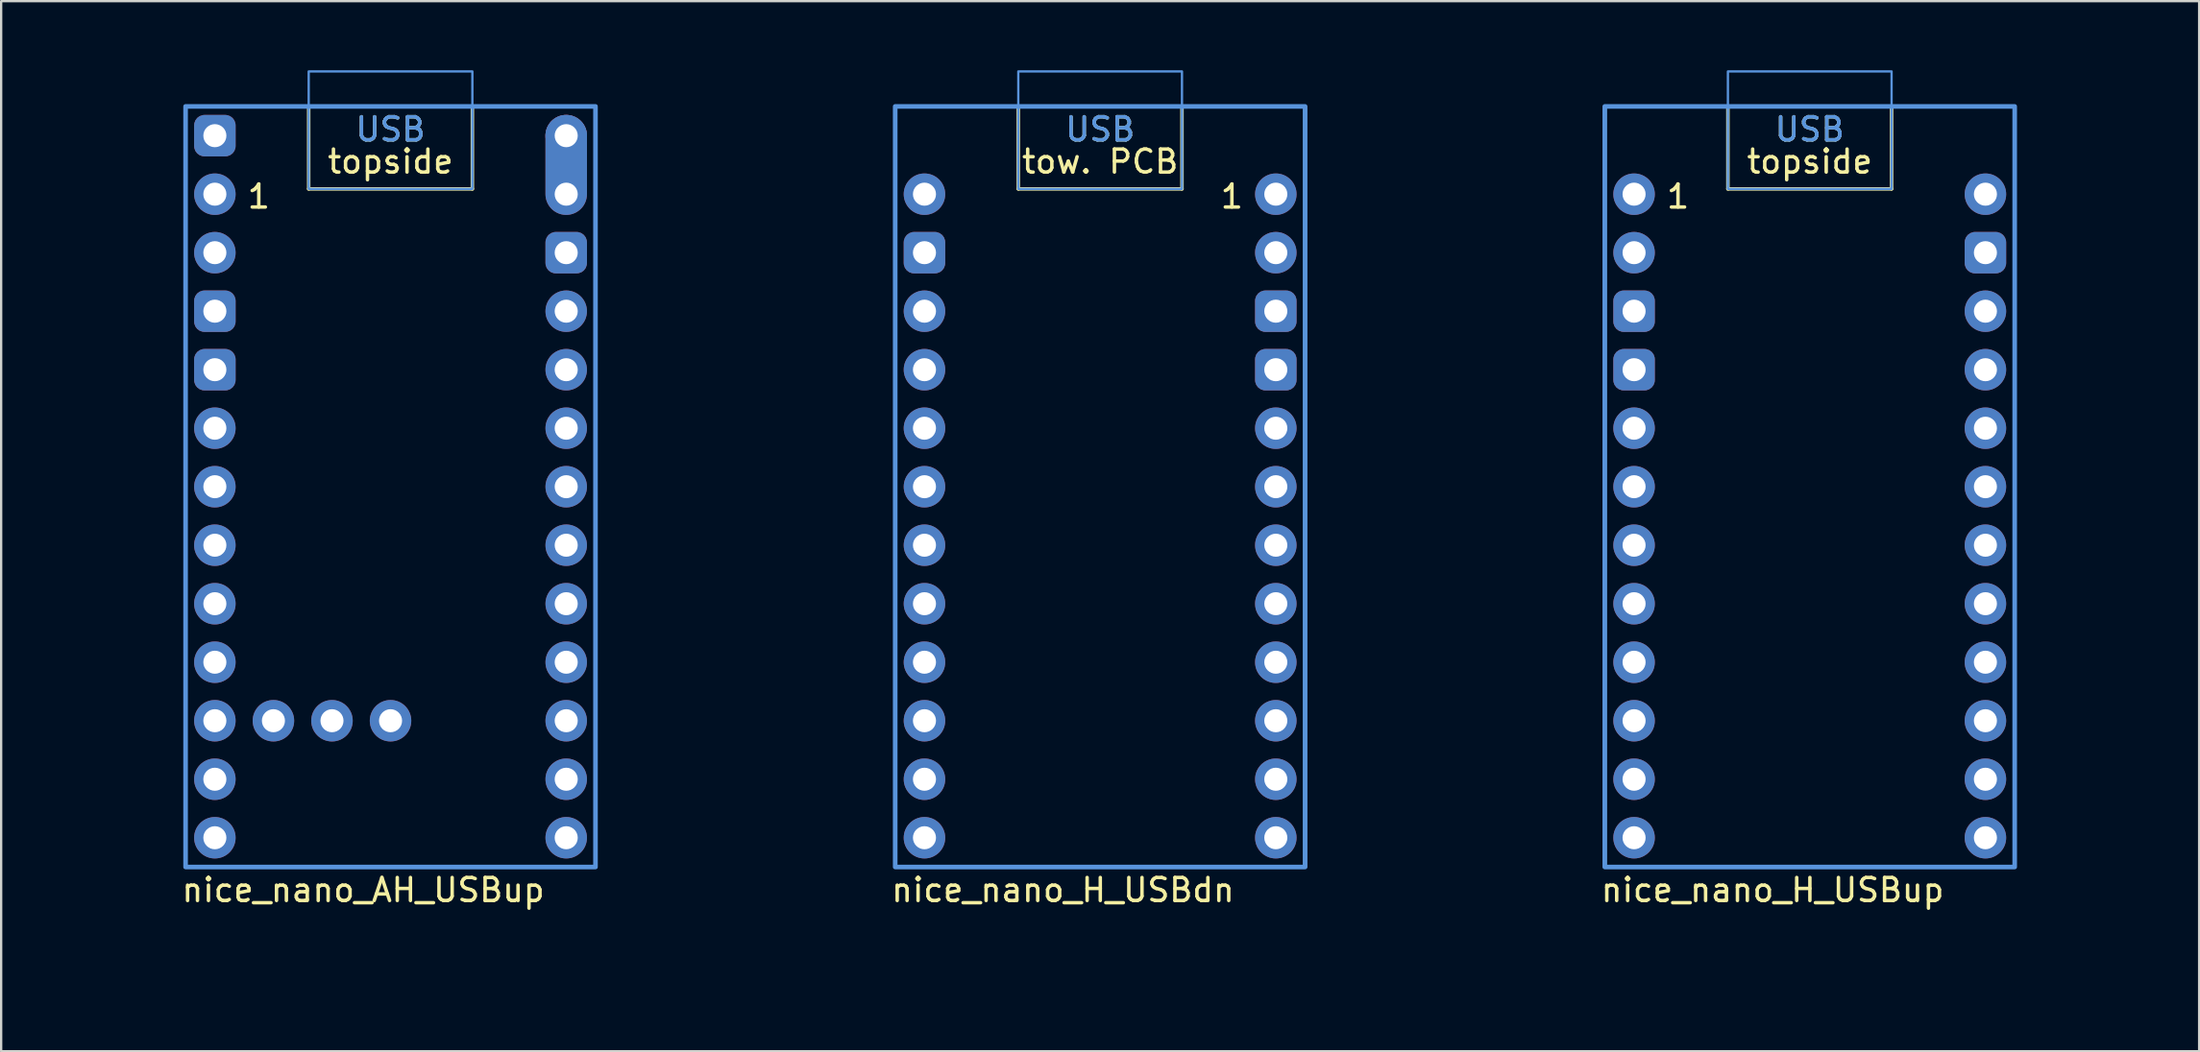
<source format=kicad_pcb>
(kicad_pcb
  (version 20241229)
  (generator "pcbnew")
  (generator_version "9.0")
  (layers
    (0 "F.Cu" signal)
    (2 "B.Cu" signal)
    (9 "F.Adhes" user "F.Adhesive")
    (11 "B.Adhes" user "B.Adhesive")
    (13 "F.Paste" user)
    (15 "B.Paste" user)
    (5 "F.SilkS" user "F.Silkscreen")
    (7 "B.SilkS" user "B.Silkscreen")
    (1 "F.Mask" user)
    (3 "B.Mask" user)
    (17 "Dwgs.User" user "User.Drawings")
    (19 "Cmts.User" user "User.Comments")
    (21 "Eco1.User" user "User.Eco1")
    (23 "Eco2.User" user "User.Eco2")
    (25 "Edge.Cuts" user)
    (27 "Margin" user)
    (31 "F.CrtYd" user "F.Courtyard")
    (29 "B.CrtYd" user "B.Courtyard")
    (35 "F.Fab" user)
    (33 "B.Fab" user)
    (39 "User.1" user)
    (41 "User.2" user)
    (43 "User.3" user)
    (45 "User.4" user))
  (footprint "nice_nano_AH_USBup"
    (layer "F.Cu")
    (at 13.89 19.35)
    (property "Reference" "nice_nano_AH_USBup" (at -9.14 16.24 0) (layer "F.SilkS") (effects (font (size 1 1) (thickness 0.15)) (justify left)))
    (attr through_hole exclude_from_pos_files exclude_from_bom)
    (fp_line (start -3.55 -14.2) (end -3.55 -17.78) (stroke (width 0.15) (type default)) (layer "F.SilkS"))
    (fp_line (start 3.55 -14.2) (end -3.55 -14.2) (stroke (width 0.15) (type default)) (layer "F.SilkS"))
    (fp_line (start 3.55 -14.2) (end 3.55 -17.78) (stroke (width 0.15) (type default)) (layer "F.SilkS"))
    (fp_rect (start -8.89 -17.78) (end 8.89 15.24) (stroke (width 0.15) (type solid)) (fill no) (layer "F.SilkS"))
    (fp_rect (start -3.55 -19.3) (end 3.55 -14.2) (stroke (width 0.1) (type default)) (fill no) (layer "Cmts.User"))
    (fp_rect (start 8.89 -17.78) (end -8.89 15.24) (stroke (width 0.2) (type solid)) (fill no) (layer "Cmts.User"))
    (fp_text user "USB" (at 0 -16.2 0) (unlocked yes) (layer "F.SilkS") (effects (font (size 1 1) (thickness 0.15)) (justify bottom)))
    (fp_text user "1" (at -5.715 -13.283 0) (layer "F.SilkS") (effects (font (size 1 1) (thickness 0.15)) (justify bottom)))
    (fp_text user "topside" (at 0 -14.8 0) (unlocked yes) (layer "F.SilkS") (effects (font (size 1 1) (thickness 0.15)) (justify bottom)))
    (fp_text user "USB" (at 0 -16.2 0) (layer "Cmts.User") (effects (font (size 1 1) (thickness 0.15)) (justify bottom)))
    (pad "1" thru_hole circle (at -7.62 -13.97) (size 1.8 1.8) (drill 1) (layers "*.Cu" "B.Mask"))
    (pad "2" thru_hole circle (at -7.62 -11.43) (size 1.8 1.8) (drill 1) (layers "*.Cu" "B.Mask"))
    (pad "3" thru_hole roundrect (at -7.62 -8.89) (size 1.8 1.8) (drill 1) (layers "*.Cu" "B.Mask") (roundrect_rratio 0.25))
    (pad "4" thru_hole roundrect (at -7.62 -6.35) (size 1.8 1.8) (drill 1) (layers "*.Cu" "B.Mask") (roundrect_rratio 0.25))
    (pad "5" thru_hole circle (at -7.62 -3.81) (size 1.8 1.8) (drill 1) (layers "*.Cu" "B.Mask"))
    (pad "6" thru_hole circle (at -7.62 -1.27) (size 1.8 1.8) (drill 1) (layers "*.Cu" "B.Mask"))
    (pad "7" thru_hole circle (at -7.62 1.27) (size 1.8 1.8) (drill 1) (layers "*.Cu" "B.Mask"))
    (pad "8" thru_hole circle (at -7.62 3.81) (size 1.8 1.8) (drill 1) (layers "*.Cu" "B.Mask"))
    (pad "9" thru_hole circle (at -7.62 6.35) (size 1.8 1.8) (drill 1) (layers "*.Cu" "B.Mask"))
    (pad "10" thru_hole circle (at -7.62 8.89) (size 1.8 1.8) (drill 1) (layers "*.Cu" "B.Mask"))
    (pad "11" thru_hole circle (at -7.62 11.43) (size 1.8 1.8) (drill 1) (layers "*.Cu" "B.Mask"))
    (pad "12" thru_hole circle (at -7.62 13.97) (size 1.8 1.8) (drill 1) (layers "*.Cu" "B.Mask"))
    (pad "13" thru_hole oval (at 7.62 -13.97) (size 1.8 4.34) (drill 1 (offset 0 -1.27)) (layers "*.Cu" "B.Mask"))
    (pad "14" thru_hole roundrect (at 7.62 -11.43) (size 1.8 1.8) (drill 1) (layers "*.Cu" "B.Mask") (roundrect_rratio 0.25))
    (pad "15" thru_hole circle (at 7.62 -8.89) (size 1.8 1.8) (drill 1) (layers "*.Cu" "B.Mask"))
    (pad "16" thru_hole circle (at 7.62 -6.35) (size 1.8 1.8) (drill 1) (layers "*.Cu" "B.Mask"))
    (pad "17" thru_hole circle (at 7.62 -3.81) (size 1.8 1.8) (drill 1) (layers "*.Cu" "B.Mask"))
    (pad "18" thru_hole circle (at 7.62 -1.27) (size 1.8 1.8) (drill 1) (layers "*.Cu" "B.Mask"))
    (pad "19" thru_hole circle (at 7.62 1.27) (size 1.8 1.8) (drill 1) (layers "*.Cu" "B.Mask"))
    (pad "20" thru_hole circle (at 7.62 3.81) (size 1.8 1.8) (drill 1) (layers "*.Cu" "B.Mask"))
    (pad "21" thru_hole circle (at 7.62 6.35) (size 1.8 1.8) (drill 1) (layers "*.Cu" "B.Mask"))
    (pad "22" thru_hole circle (at 7.62 8.89) (size 1.8 1.8) (drill 1) (layers "*.Cu" "B.Mask"))
    (pad "23" thru_hole circle (at 7.62 11.43) (size 1.8 1.8) (drill 1) (layers "*.Cu" "B.Mask"))
    (pad "24" thru_hole circle (at 7.62 13.97) (size 1.8 1.8) (drill 1) (layers "*.Cu" "B.Mask"))
    (pad "25" thru_hole circle (at -5.08 8.89) (size 1.8 1.8) (drill 1) (layers "*.Cu" "B.Mask"))
    (pad "26" thru_hole circle (at -2.54 8.89) (size 1.8 1.8) (drill 1) (layers "*.Cu" "B.Mask"))
    (pad "27" thru_hole circle (at 0 8.89) (size 1.8 1.8) (drill 1) (layers "*.Cu" "B.Mask"))
    (pad "28" thru_hole roundrect (at -7.62 -16.51) (size 1.8 1.8) (drill 1) (layers "*.Cu" "B.Mask") (roundrect_rratio 0.25))
    (pad "29" thru_hole circle (at 7.62 -16.51) (size 1.8 1.8) (drill 1) (layers "*.Cu" "B.Mask"))
    (zone (net_name "") (layers "F.Cu" "B.Cu") (name "ANT") (hatch edge 0.5) (connect_pads) (min_thickness 0.25) (filled_areas_thickness no) (keepout (tracks allowed) (vias allowed) (pads allowed) (copperpour not_allowed) (footprints allowed)) (placement (enabled no)) (fill) (polygon (pts (xy 0 29.51) (xy 27.78 29.51) (xy 27.78 39.59) (xy 0 39.59)))))
  (footprint "nice_nano_H_USBdn"
    (layer "F.Cu")
    (at 44.67 19.35)
    (property "Reference" "nice_nano_H_USBdn" (at -9.14 16.24 0) (layer "F.SilkS") (effects (font (size 1 1) (thickness 0.15)) (justify left)))
    (attr through_hole exclude_from_pos_files exclude_from_bom)
    (fp_line (start -3.55 -14.2) (end -3.55 -17.78) (stroke (width 0.15) (type default)) (layer "F.SilkS"))
    (fp_line (start 3.55 -14.2) (end -3.55 -14.2) (stroke (width 0.15) (type default)) (layer "F.SilkS"))
    (fp_line (start 3.55 -14.2) (end 3.55 -17.78) (stroke (width 0.15) (type default)) (layer "F.SilkS"))
    (fp_rect (start -8.89 -17.78) (end 8.89 15.24) (stroke (width 0.15) (type solid)) (fill no) (layer "F.SilkS"))
    (fp_rect (start -3.55 -19.3) (end 3.55 -14.2) (stroke (width 0.1) (type default)) (fill no) (layer "Cmts.User"))
    (fp_rect (start 8.89 -17.78) (end -8.89 15.24) (stroke (width 0.2) (type solid)) (fill no) (layer "Cmts.User"))
    (fp_text user "1" (at 5.715 -13.283 0) (layer "F.SilkS") (effects (font (size 1 1) (thickness 0.15)) (justify bottom)))
    (fp_text user "tow. PCB" (at 0 -14.8 0) (unlocked yes) (layer "F.SilkS") (effects (font (size 1 1) (thickness 0.15)) (justify bottom)))
    (fp_text user "USB" (at 0 -16.2 0) (unlocked yes) (layer "F.SilkS") (effects (font (size 1 1) (thickness 0.15)) (justify bottom)))
    (fp_text user "USB" (at 0 -16.2 0) (layer "Cmts.User") (effects (font (size 1 1) (thickness 0.15)) (justify bottom)))
    (pad "1" thru_hole circle (at 7.62 -13.97) (size 1.8 1.8) (drill 1) (layers "*.Cu" "B.Mask"))
    (pad "2" thru_hole circle (at 7.62 -11.43) (size 1.8 1.8) (drill 1) (layers "*.Cu" "B.Mask"))
    (pad "3" thru_hole roundrect (at 7.62 -8.89) (size 1.8 1.8) (drill 1) (layers "*.Cu" "B.Mask") (roundrect_rratio 0.25))
    (pad "4" thru_hole roundrect (at 7.62 -6.35) (size 1.8 1.8) (drill 1) (layers "*.Cu" "B.Mask") (roundrect_rratio 0.25))
    (pad "5" thru_hole circle (at 7.62 -3.81) (size 1.8 1.8) (drill 1) (layers "*.Cu" "B.Mask"))
    (pad "6" thru_hole circle (at 7.62 -1.27) (size 1.8 1.8) (drill 1) (layers "*.Cu" "B.Mask"))
    (pad "7" thru_hole circle (at 7.62 1.27) (size 1.8 1.8) (drill 1) (layers "*.Cu" "B.Mask"))
    (pad "8" thru_hole circle (at 7.62 3.81) (size 1.8 1.8) (drill 1) (layers "*.Cu" "B.Mask"))
    (pad "9" thru_hole circle (at 7.62 6.35) (size 1.8 1.8) (drill 1) (layers "*.Cu" "B.Mask"))
    (pad "10" thru_hole circle (at 7.62 8.89) (size 1.8 1.8) (drill 1) (layers "*.Cu" "B.Mask"))
    (pad "11" thru_hole circle (at 7.62 11.43) (size 1.8 1.8) (drill 1) (layers "*.Cu" "B.Mask"))
    (pad "12" thru_hole circle (at 7.62 13.97) (size 1.8 1.8) (drill 1) (layers "*.Cu" "B.Mask"))
    (pad "13" thru_hole circle (at -7.62 -13.97) (size 1.8 1.8) (drill 1) (layers "*.Cu" "B.Mask"))
    (pad "14" thru_hole roundrect (at -7.62 -11.43) (size 1.8 1.8) (drill 1) (layers "*.Cu" "B.Mask") (roundrect_rratio 0.25))
    (pad "15" thru_hole circle (at -7.62 -8.89) (size 1.8 1.8) (drill 1) (layers "*.Cu" "B.Mask"))
    (pad "16" thru_hole circle (at -7.62 -6.35) (size 1.8 1.8) (drill 1) (layers "*.Cu" "B.Mask"))
    (pad "17" thru_hole circle (at -7.62 -3.81) (size 1.8 1.8) (drill 1) (layers "*.Cu" "B.Mask"))
    (pad "18" thru_hole circle (at -7.62 -1.27) (size 1.8 1.8) (drill 1) (layers "*.Cu" "B.Mask"))
    (pad "19" thru_hole circle (at -7.62 1.27) (size 1.8 1.8) (drill 1) (layers "*.Cu" "B.Mask"))
    (pad "20" thru_hole circle (at -7.62 3.81) (size 1.8 1.8) (drill 1) (layers "*.Cu" "B.Mask"))
    (pad "21" thru_hole circle (at -7.62 6.35) (size 1.8 1.8) (drill 1) (layers "*.Cu" "B.Mask"))
    (pad "22" thru_hole circle (at -7.62 8.89) (size 1.8 1.8) (drill 1) (layers "*.Cu" "B.Mask"))
    (pad "23" thru_hole circle (at -7.62 11.43) (size 1.8 1.8) (drill 1) (layers "*.Cu" "B.Mask"))
    (pad "24" thru_hole circle (at -7.62 13.97) (size 1.8 1.8) (drill 1) (layers "*.Cu" "B.Mask"))
    (zone (net_name "") (layers "F.Cu" "B.Cu") (name "ANT") (hatch edge 0.5) (connect_pads) (min_thickness 0.25) (filled_areas_thickness no) (keepout (tracks allowed) (vias allowed) (pads allowed) (copperpour not_allowed) (footprints allowed)) (placement (enabled no)) (fill) (polygon (pts (xy 30.78 29.51) (xy 58.56 29.51) (xy 58.56 39.59) (xy 30.78 39.59)))))
  (footprint "nice_nano_H_USBup"
    (layer "F.Cu")
    (at 75.45 19.35)
    (property "Reference" "nice_nano_H_USBup" (at -9.14 16.24 0) (layer "F.SilkS") (effects (font (size 1 1) (thickness 0.15)) (justify left)))
    (attr through_hole exclude_from_pos_files exclude_from_bom)
    (fp_line (start -3.55 -14.2) (end -3.55 -17.78) (stroke (width 0.15) (type default)) (layer "F.SilkS"))
    (fp_line (start 3.55 -14.2) (end -3.55 -14.2) (stroke (width 0.15) (type default)) (layer "F.SilkS"))
    (fp_line (start 3.55 -14.2) (end 3.55 -17.78) (stroke (width 0.15) (type default)) (layer "F.SilkS"))
    (fp_rect (start -8.89 -17.78) (end 8.89 15.24) (stroke (width 0.15) (type solid)) (fill no) (layer "F.SilkS"))
    (fp_rect (start -3.55 -19.3) (end 3.55 -14.2) (stroke (width 0.1) (type default)) (fill no) (layer "Cmts.User"))
    (fp_rect (start 8.89 -17.78) (end -8.89 15.24) (stroke (width 0.2) (type solid)) (fill no) (layer "Cmts.User"))
    (fp_text user "topside" (at 0 -14.8 0) (unlocked yes) (layer "F.SilkS") (effects (font (size 1 1) (thickness 0.15)) (justify bottom)))
    (fp_text user "1" (at -5.715 -13.283 0) (layer "F.SilkS") (effects (font (size 1 1) (thickness 0.15)) (justify bottom)))
    (fp_text user "USB" (at 0 -16.2 0) (unlocked yes) (layer "F.SilkS") (effects (font (size 1 1) (thickness 0.15)) (justify bottom)))
    (fp_text user "USB" (at 0 -16.2 0) (layer "Cmts.User") (effects (font (size 1 1) (thickness 0.15)) (justify bottom)))
    (pad "1" thru_hole circle (at -7.62 -13.97) (size 1.8 1.8) (drill 1) (layers "*.Cu" "B.Mask"))
    (pad "2" thru_hole circle (at -7.62 -11.43) (size 1.8 1.8) (drill 1) (layers "*.Cu" "B.Mask"))
    (pad "3" thru_hole roundrect (at -7.62 -8.89) (size 1.8 1.8) (drill 1) (layers "*.Cu" "B.Mask") (roundrect_rratio 0.25))
    (pad "4" thru_hole roundrect (at -7.62 -6.35) (size 1.8 1.8) (drill 1) (layers "*.Cu" "B.Mask") (roundrect_rratio 0.25))
    (pad "5" thru_hole circle (at -7.62 -3.81) (size 1.8 1.8) (drill 1) (layers "*.Cu" "B.Mask"))
    (pad "6" thru_hole circle (at -7.62 -1.27) (size 1.8 1.8) (drill 1) (layers "*.Cu" "B.Mask"))
    (pad "7" thru_hole circle (at -7.62 1.27) (size 1.8 1.8) (drill 1) (layers "*.Cu" "B.Mask"))
    (pad "8" thru_hole circle (at -7.62 3.81) (size 1.8 1.8) (drill 1) (layers "*.Cu" "B.Mask"))
    (pad "9" thru_hole circle (at -7.62 6.35) (size 1.8 1.8) (drill 1) (layers "*.Cu" "B.Mask"))
    (pad "10" thru_hole circle (at -7.62 8.89) (size 1.8 1.8) (drill 1) (layers "*.Cu" "B.Mask"))
    (pad "11" thru_hole circle (at -7.62 11.43) (size 1.8 1.8) (drill 1) (layers "*.Cu" "B.Mask"))
    (pad "12" thru_hole circle (at -7.62 13.97) (size 1.8 1.8) (drill 1) (layers "*.Cu" "B.Mask"))
    (pad "13" thru_hole circle (at 7.62 -13.97) (size 1.8 1.8) (drill 1) (layers "*.Cu" "B.Mask"))
    (pad "14" thru_hole roundrect (at 7.62 -11.43) (size 1.8 1.8) (drill 1) (layers "*.Cu" "B.Mask") (roundrect_rratio 0.25))
    (pad "15" thru_hole circle (at 7.62 -8.89) (size 1.8 1.8) (drill 1) (layers "*.Cu" "B.Mask"))
    (pad "16" thru_hole circle (at 7.62 -6.35) (size 1.8 1.8) (drill 1) (layers "*.Cu" "B.Mask"))
    (pad "17" thru_hole circle (at 7.62 -3.81) (size 1.8 1.8) (drill 1) (layers "*.Cu" "B.Mask"))
    (pad "18" thru_hole circle (at 7.62 -1.27) (size 1.8 1.8) (drill 1) (layers "*.Cu" "B.Mask"))
    (pad "19" thru_hole circle (at 7.62 1.27) (size 1.8 1.8) (drill 1) (layers "*.Cu" "B.Mask"))
    (pad "20" thru_hole circle (at 7.62 3.81) (size 1.8 1.8) (drill 1) (layers "*.Cu" "B.Mask"))
    (pad "21" thru_hole circle (at 7.62 6.35) (size 1.8 1.8) (drill 1) (layers "*.Cu" "B.Mask"))
    (pad "22" thru_hole circle (at 7.62 8.89) (size 1.8 1.8) (drill 1) (layers "*.Cu" "B.Mask"))
    (pad "23" thru_hole circle (at 7.62 11.43) (size 1.8 1.8) (drill 1) (layers "*.Cu" "B.Mask"))
    (pad "24" thru_hole circle (at 7.62 13.97) (size 1.8 1.8) (drill 1) (layers "*.Cu" "B.Mask"))
    (zone (net_name "") (layers "F.Cu" "B.Cu") (name "ANT") (hatch edge 0.5) (connect_pads) (min_thickness 0.25) (filled_areas_thickness no) (keepout (tracks allowed) (vias allowed) (pads allowed) (copperpour not_allowed) (footprints allowed)) (placement (enabled no)) (fill) (polygon (pts (xy 61.56 29.51) (xy 89.34 29.51) (xy 89.34 39.59) (xy 61.56 39.59)))))
  (gr_rect
    (start -3 -3)
    (end 92.34 42.59)
    (stroke (width 0.1) (type default))
    (fill no)
    (layer "Edge.Cuts")))
</source>
